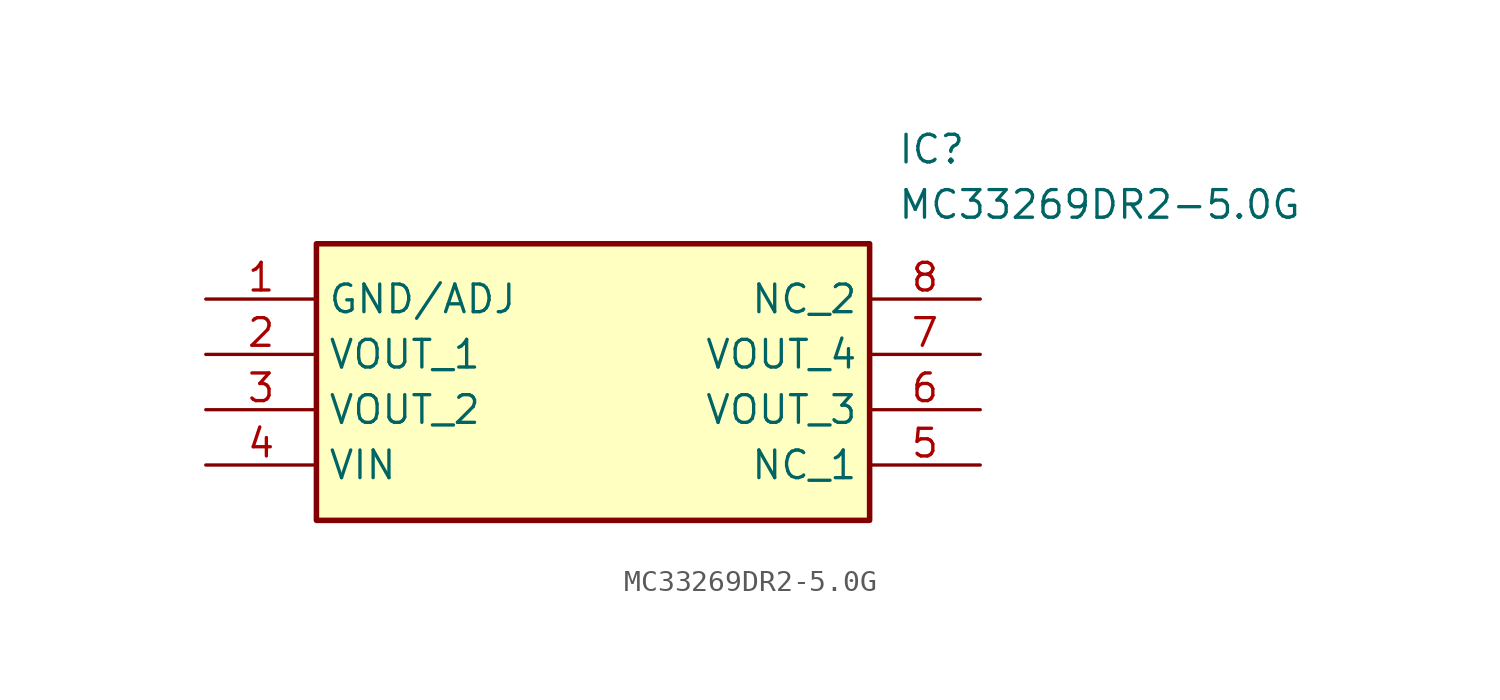
<source format=kicad_sym>
(kicad_symbol_lib
  (version 20211014)
  (generator SamacSys_ECAD_Model)
  (symbol "MC33269DR2-5.0G"
    (property "Reference" "IC"
      (at 31.75 7.62 0)
      (effects (font (size 1.27 1.27)) (justify left top)))
    (property "Value" "MC33269DR2-5.0G"
      (at 31.75 5.08 0)
      (effects (font (size 1.27 1.27)) (justify left top)))
    (rectangle
      (start 5.08 2.54)
      (end 30.48 -10.16)
      (stroke (width 0.254) (type default))
      (fill (type background)))
    (pin passive line
      (at 0 0 0)
      (length 5.08)
      (name "GND/ADJ" (effects (font (size 1.27 1.27))))
      (number "1" (effects (font (size 1.27 1.27)))))
    (pin passive line
      (at 0 -2.54 0)
      (length 5.08)
      (name "VOUT_1" (effects (font (size 1.27 1.27))))
      (number "2" (effects (font (size 1.27 1.27)))))
    (pin passive line
      (at 0 -5.08 0)
      (length 5.08)
      (name "VOUT_2" (effects (font (size 1.27 1.27))))
      (number "3" (effects (font (size 1.27 1.27)))))
    (pin passive line
      (at 0 -7.62 0)
      (length 5.08)
      (name "VIN" (effects (font (size 1.27 1.27))))
      (number "4" (effects (font (size 1.27 1.27)))))
    (pin passive line
      (at 35.56 0 180)
      (length 5.08)
      (name "NC_2" (effects (font (size 1.27 1.27))))
      (number "8" (effects (font (size 1.27 1.27)))))
    (pin passive line
      (at 35.56 -2.54 180)
      (length 5.08)
      (name "VOUT_4" (effects (font (size 1.27 1.27))))
      (number "7" (effects (font (size 1.27 1.27)))))
    (pin passive line
      (at 35.56 -5.08 180)
      (length 5.08)
      (name "VOUT_3" (effects (font (size 1.27 1.27))))
      (number "6" (effects (font (size 1.27 1.27)))))
    (pin passive line
      (at 35.56 -7.62 180)
      (length 5.08)
      (name "NC_1" (effects (font (size 1.27 1.27))))
      (number "5" (effects (font (size 1.27 1.27)))))))
</source>
